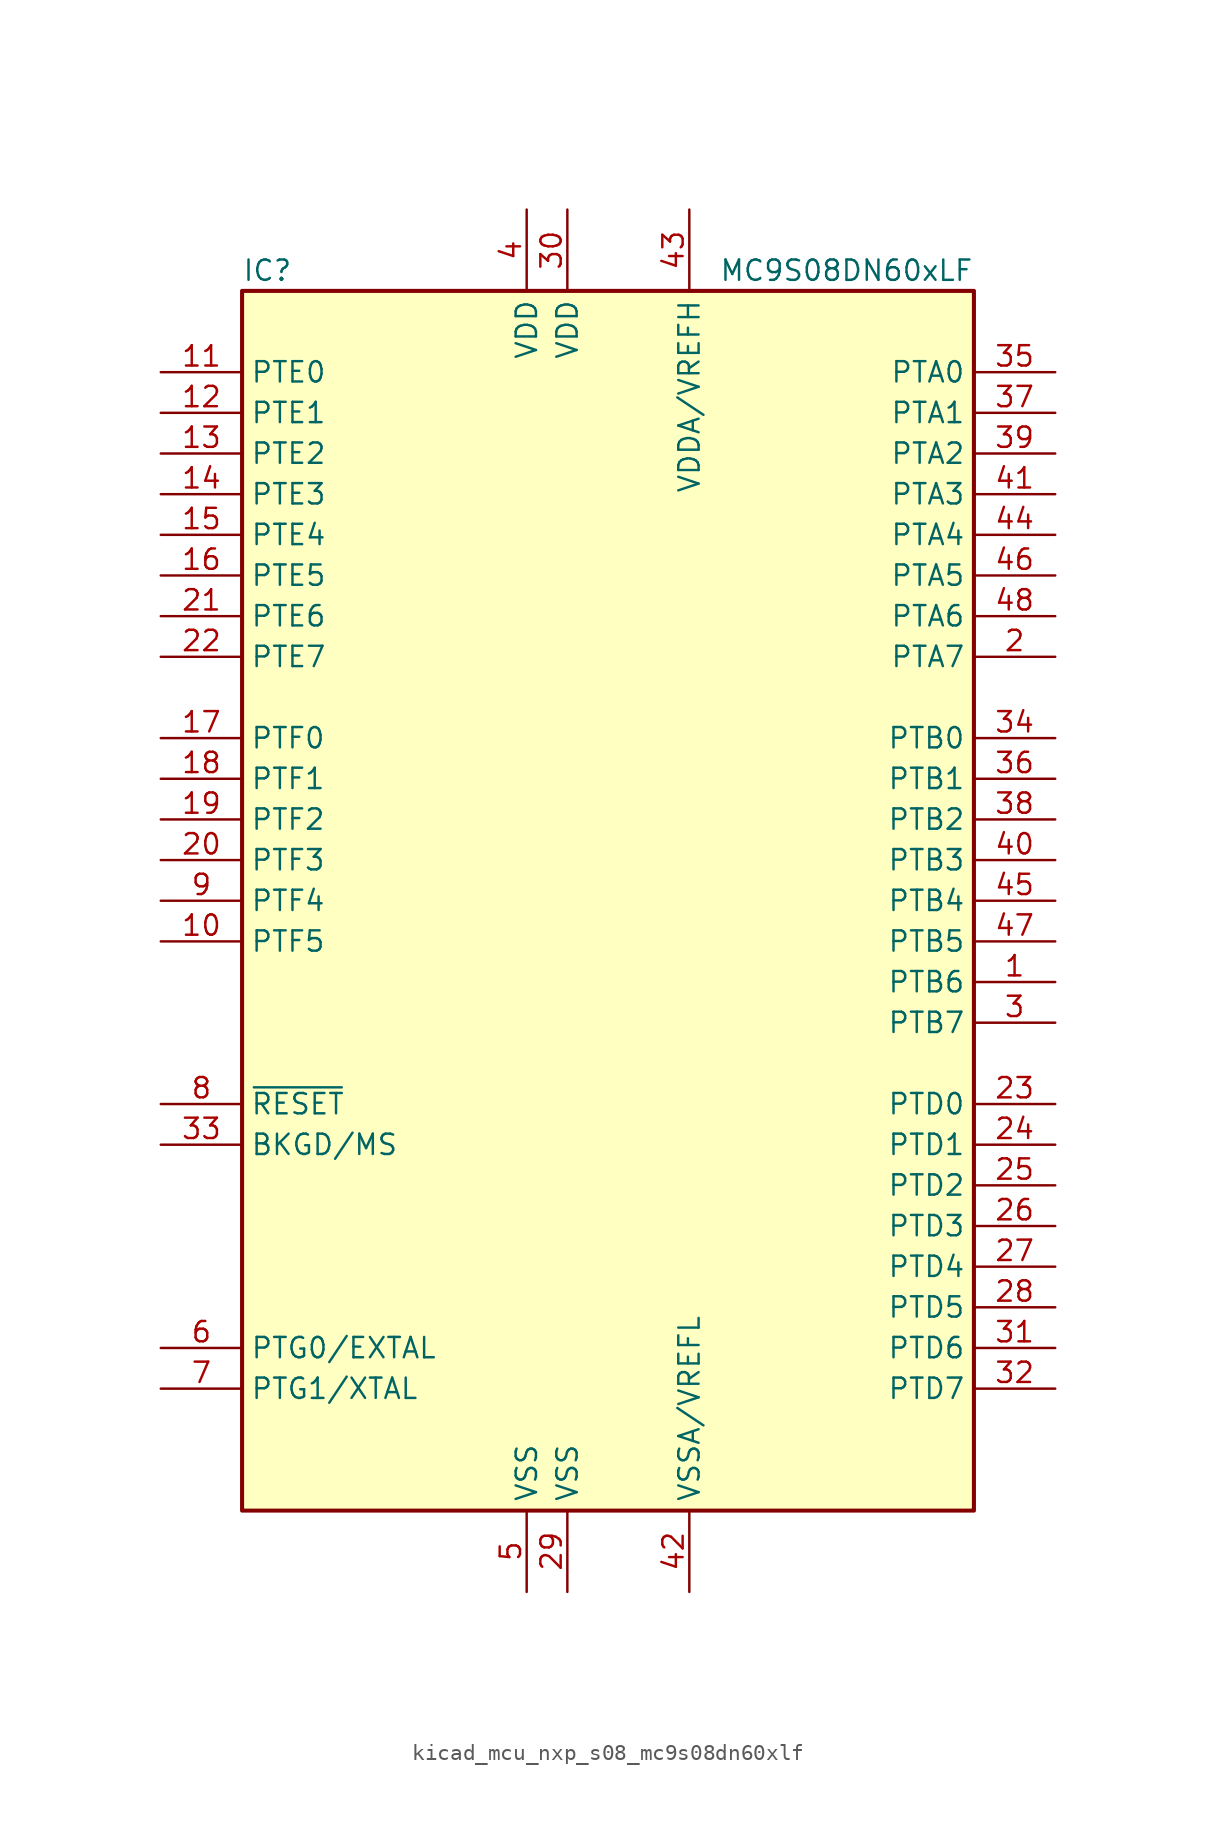
<source format=kicad_sym>
(kicad_symbol_lib
  (version 20220914)
  (generator kicad_symbol_editor)
  (symbol "kicad_mcu_nxp_s08_mc9s08dn60xlf"
    (property "Reference" "IC"
      (at -22.86 39.37 0)
      (effects (font (size 1.27 1.27)) (justify left)))
    (property "Value" "MC9S08DN60xLF"
      (at 22.86 39.37 0)
      (effects (font (size 1.27 1.27)) (justify right)))
    (symbol "kicad_mcu_nxp_s08_mc9s08dn60xlf_0_1"
      (rectangle (start -22.86 38.1) (end 22.86 -38.1) (stroke (width 0.254) (type default)) (fill (type background))))
    (symbol "kicad_mcu_nxp_s08_mc9s08dn60xlf_1_1"
      (pin bidirectional line (at 27.94 -5.08 180) (length 5.08) (name "PTB6" (effects (font (size 1.27 1.27)))) (number "1" (effects (font (size 1.27 1.27)))))
      (pin bidirectional line (at -27.94 -2.54 0) (length 5.08) (name "PTF5" (effects (font (size 1.27 1.27)))) (number "10" (effects (font (size 1.27 1.27)))))
      (pin bidirectional line (at -27.94 33.02 0) (length 5.08) (name "PTE0" (effects (font (size 1.27 1.27)))) (number "11" (effects (font (size 1.27 1.27)))))
      (pin bidirectional line (at -27.94 30.48 0) (length 5.08) (name "PTE1" (effects (font (size 1.27 1.27)))) (number "12" (effects (font (size 1.27 1.27)))))
      (pin bidirectional line (at -27.94 27.94 0) (length 5.08) (name "PTE2" (effects (font (size 1.27 1.27)))) (number "13" (effects (font (size 1.27 1.27)))))
      (pin bidirectional line (at -27.94 25.4 0) (length 5.08) (name "PTE3" (effects (font (size 1.27 1.27)))) (number "14" (effects (font (size 1.27 1.27)))))
      (pin bidirectional line (at -27.94 22.86 0) (length 5.08) (name "PTE4" (effects (font (size 1.27 1.27)))) (number "15" (effects (font (size 1.27 1.27)))))
      (pin bidirectional line (at -27.94 20.32 0) (length 5.08) (name "PTE5" (effects (font (size 1.27 1.27)))) (number "16" (effects (font (size 1.27 1.27)))))
      (pin bidirectional line (at -27.94 10.16 0) (length 5.08) (name "PTF0" (effects (font (size 1.27 1.27)))) (number "17" (effects (font (size 1.27 1.27)))))
      (pin bidirectional line (at -27.94 7.62 0) (length 5.08) (name "PTF1" (effects (font (size 1.27 1.27)))) (number "18" (effects (font (size 1.27 1.27)))))
      (pin bidirectional line (at -27.94 5.08 0) (length 5.08) (name "PTF2" (effects (font (size 1.27 1.27)))) (number "19" (effects (font (size 1.27 1.27)))))
      (pin bidirectional line (at 27.94 15.24 180) (length 5.08) (name "PTA7" (effects (font (size 1.27 1.27)))) (number "2" (effects (font (size 1.27 1.27)))))
      (pin bidirectional line (at -27.94 2.54 0) (length 5.08) (name "PTF3" (effects (font (size 1.27 1.27)))) (number "20" (effects (font (size 1.27 1.27)))))
      (pin bidirectional line (at -27.94 17.78 0) (length 5.08) (name "PTE6" (effects (font (size 1.27 1.27)))) (number "21" (effects (font (size 1.27 1.27)))))
      (pin bidirectional line (at -27.94 15.24 0) (length 5.08) (name "PTE7" (effects (font (size 1.27 1.27)))) (number "22" (effects (font (size 1.27 1.27)))))
      (pin bidirectional line (at 27.94 -12.7 180) (length 5.08) (name "PTD0" (effects (font (size 1.27 1.27)))) (number "23" (effects (font (size 1.27 1.27)))))
      (pin bidirectional line (at 27.94 -15.24 180) (length 5.08) (name "PTD1" (effects (font (size 1.27 1.27)))) (number "24" (effects (font (size 1.27 1.27)))))
      (pin bidirectional line (at 27.94 -17.78 180) (length 5.08) (name "PTD2" (effects (font (size 1.27 1.27)))) (number "25" (effects (font (size 1.27 1.27)))))
      (pin bidirectional line (at 27.94 -20.32 180) (length 5.08) (name "PTD3" (effects (font (size 1.27 1.27)))) (number "26" (effects (font (size 1.27 1.27)))))
      (pin bidirectional line (at 27.94 -22.86 180) (length 5.08) (name "PTD4" (effects (font (size 1.27 1.27)))) (number "27" (effects (font (size 1.27 1.27)))))
      (pin bidirectional line (at 27.94 -25.4 180) (length 5.08) (name "PTD5" (effects (font (size 1.27 1.27)))) (number "28" (effects (font (size 1.27 1.27)))))
      (pin power_in line (at -2.54 -43.18 90) (length 5.08) (name "VSS" (effects (font (size 1.27 1.27)))) (number "29" (effects (font (size 1.27 1.27)))))
      (pin bidirectional line (at 27.94 -7.62 180) (length 5.08) (name "PTB7" (effects (font (size 1.27 1.27)))) (number "3" (effects (font (size 1.27 1.27)))))
      (pin power_in line (at -2.54 43.18 270) (length 5.08) (name "VDD" (effects (font (size 1.27 1.27)))) (number "30" (effects (font (size 1.27 1.27)))))
      (pin bidirectional line (at 27.94 -27.94 180) (length 5.08) (name "PTD6" (effects (font (size 1.27 1.27)))) (number "31" (effects (font (size 1.27 1.27)))))
      (pin bidirectional line (at 27.94 -30.48 180) (length 5.08) (name "PTD7" (effects (font (size 1.27 1.27)))) (number "32" (effects (font (size 1.27 1.27)))))
      (pin bidirectional line (at -27.94 -15.24 0) (length 5.08) (name "BKGD/MS" (effects (font (size 1.27 1.27)))) (number "33" (effects (font (size 1.27 1.27)))))
      (pin bidirectional line (at 27.94 10.16 180) (length 5.08) (name "PTB0" (effects (font (size 1.27 1.27)))) (number "34" (effects (font (size 1.27 1.27)))))
      (pin bidirectional line (at 27.94 33.02 180) (length 5.08) (name "PTA0" (effects (font (size 1.27 1.27)))) (number "35" (effects (font (size 1.27 1.27)))))
      (pin bidirectional line (at 27.94 7.62 180) (length 5.08) (name "PTB1" (effects (font (size 1.27 1.27)))) (number "36" (effects (font (size 1.27 1.27)))))
      (pin bidirectional line (at 27.94 30.48 180) (length 5.08) (name "PTA1" (effects (font (size 1.27 1.27)))) (number "37" (effects (font (size 1.27 1.27)))))
      (pin bidirectional line (at 27.94 5.08 180) (length 5.08) (name "PTB2" (effects (font (size 1.27 1.27)))) (number "38" (effects (font (size 1.27 1.27)))))
      (pin bidirectional line (at 27.94 27.94 180) (length 5.08) (name "PTA2" (effects (font (size 1.27 1.27)))) (number "39" (effects (font (size 1.27 1.27)))))
      (pin power_in line (at -5.08 43.18 270) (length 5.08) (name "VDD" (effects (font (size 1.27 1.27)))) (number "4" (effects (font (size 1.27 1.27)))))
      (pin bidirectional line (at 27.94 2.54 180) (length 5.08) (name "PTB3" (effects (font (size 1.27 1.27)))) (number "40" (effects (font (size 1.27 1.27)))))
      (pin bidirectional line (at 27.94 25.4 180) (length 5.08) (name "PTA3" (effects (font (size 1.27 1.27)))) (number "41" (effects (font (size 1.27 1.27)))))
      (pin power_in line (at 5.08 -43.18 90) (length 5.08) (name "VSSA/VREFL" (effects (font (size 1.27 1.27)))) (number "42" (effects (font (size 1.27 1.27)))))
      (pin power_in line (at 5.08 43.18 270) (length 5.08) (name "VDDA/VREFH" (effects (font (size 1.27 1.27)))) (number "43" (effects (font (size 1.27 1.27)))))
      (pin bidirectional line (at 27.94 22.86 180) (length 5.08) (name "PTA4" (effects (font (size 1.27 1.27)))) (number "44" (effects (font (size 1.27 1.27)))))
      (pin bidirectional line (at 27.94 0 180) (length 5.08) (name "PTB4" (effects (font (size 1.27 1.27)))) (number "45" (effects (font (size 1.27 1.27)))))
      (pin bidirectional line (at 27.94 20.32 180) (length 5.08) (name "PTA5" (effects (font (size 1.27 1.27)))) (number "46" (effects (font (size 1.27 1.27)))))
      (pin bidirectional line (at 27.94 -2.54 180) (length 5.08) (name "PTB5" (effects (font (size 1.27 1.27)))) (number "47" (effects (font (size 1.27 1.27)))))
      (pin bidirectional line (at 27.94 17.78 180) (length 5.08) (name "PTA6" (effects (font (size 1.27 1.27)))) (number "48" (effects (font (size 1.27 1.27)))))
      (pin power_in line (at -5.08 -43.18 90) (length 5.08) (name "VSS" (effects (font (size 1.27 1.27)))) (number "5" (effects (font (size 1.27 1.27)))))
      (pin bidirectional line (at -27.94 -27.94 0) (length 5.08) (name "PTG0/EXTAL" (effects (font (size 1.27 1.27)))) (number "6" (effects (font (size 1.27 1.27)))))
      (pin bidirectional line (at -27.94 -30.48 0) (length 5.08) (name "PTG1/XTAL" (effects (font (size 1.27 1.27)))) (number "7" (effects (font (size 1.27 1.27)))))
      (pin input line (at -27.94 -12.7 0) (length 5.08) (name "~{RESET}" (effects (font (size 1.27 1.27)))) (number "8" (effects (font (size 1.27 1.27)))))
      (pin bidirectional line (at -27.94 0 0) (length 5.08) (name "PTF4" (effects (font (size 1.27 1.27)))) (number "9" (effects (font (size 1.27 1.27))))))))
</source>
